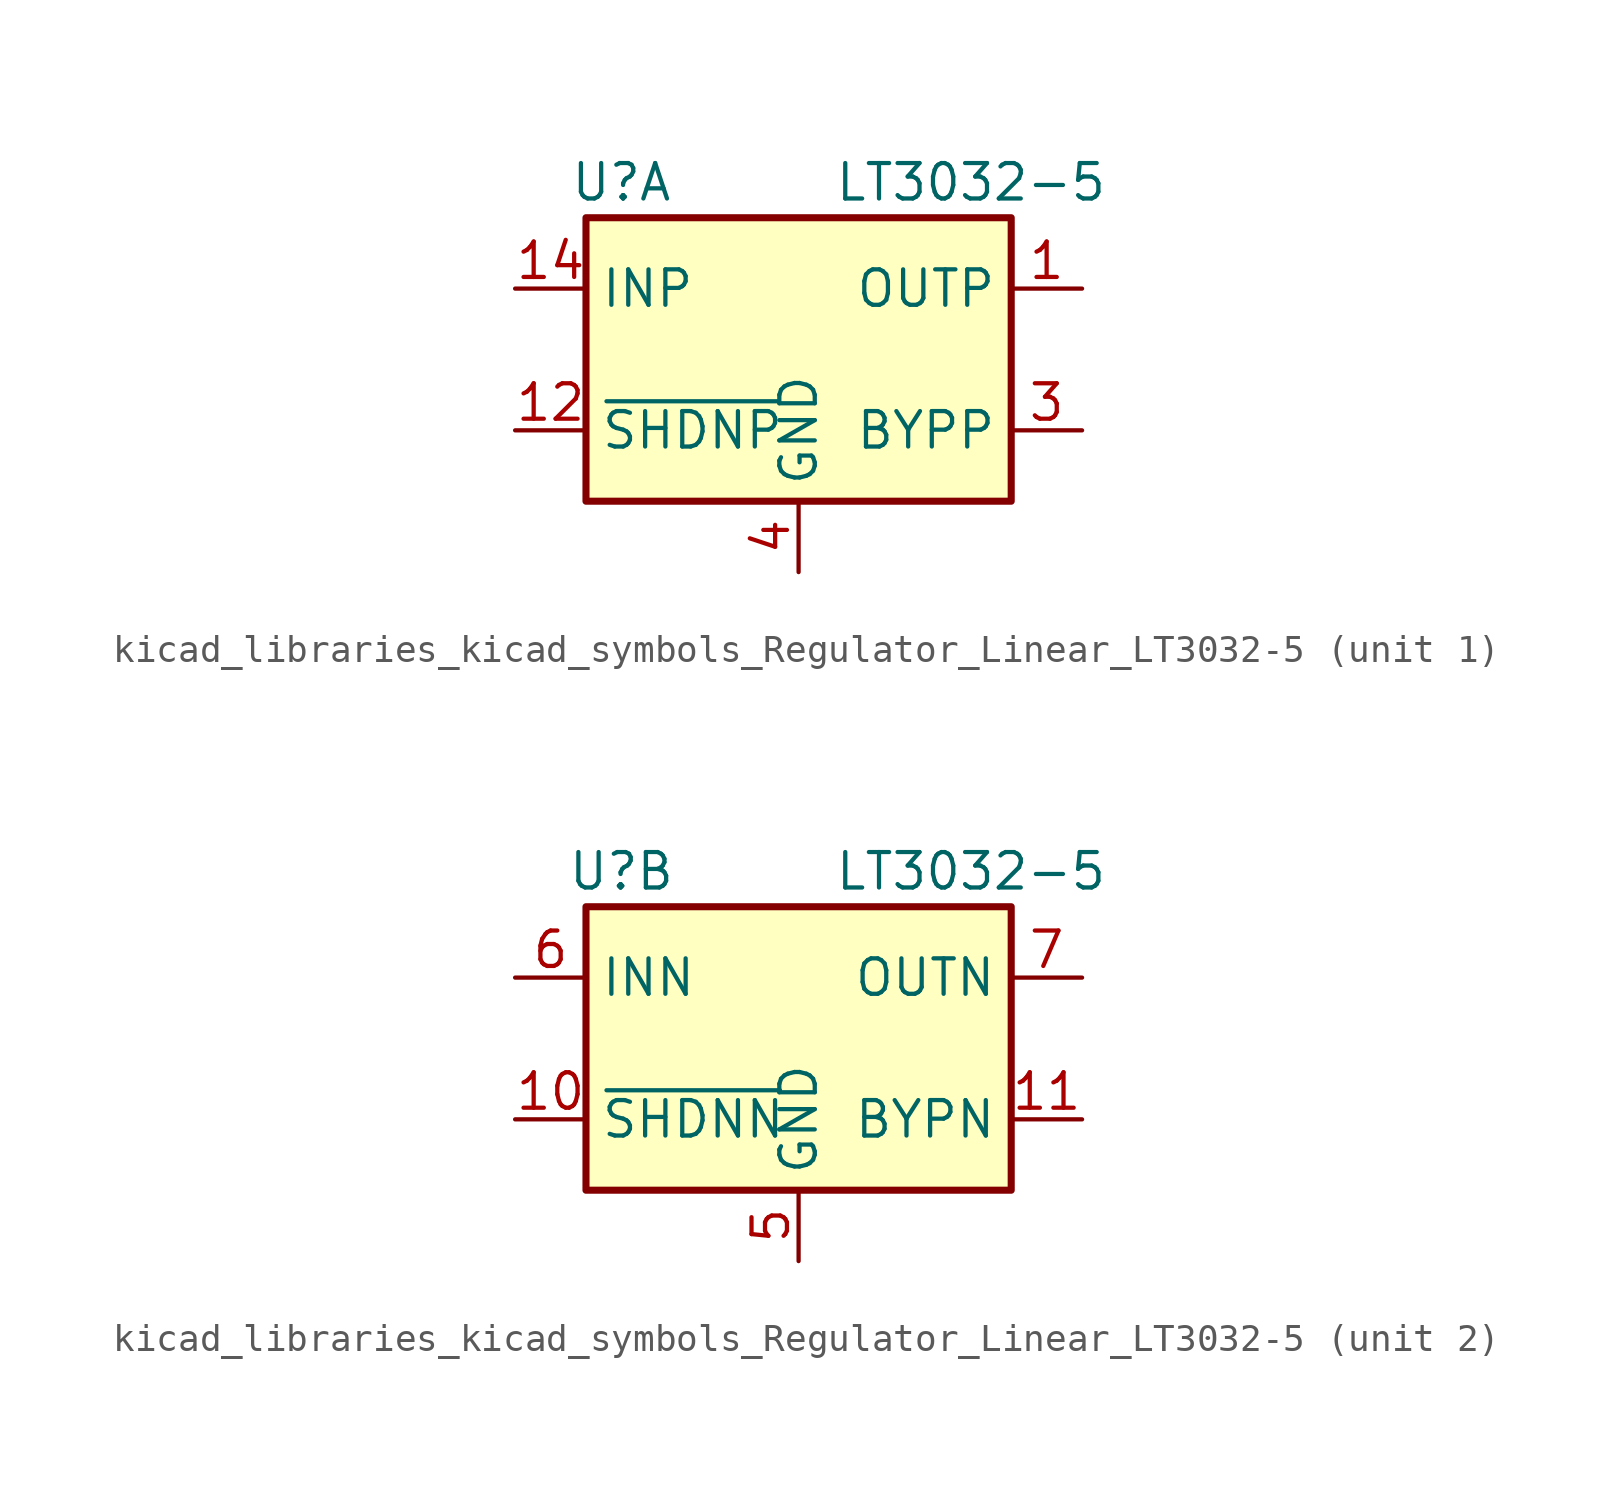
<source format=kicad_sym>
(kicad_symbol_lib
  (version 20220914)
  (generator kicad_symbol_editor)
  (symbol "kicad_libraries_kicad_symbols_Regulator_Linear_LT3032-5"
    (property "Reference" "U"
      (at -6.35 6.35 0)
      (effects (font (size 1.27 1.27))))
    (property "Value" "LT3032-5"
      (at 1.27 6.35 0)
      (effects (font (size 1.27 1.27)) (justify left)))
    (property "ki_locked" ""
      (at 0 0 0)
      (effects (font (size 1.27 1.27))))
    (symbol "kicad_libraries_kicad_symbols_Regulator_Linear_LT3032-5_0_1"
      (rectangle (start -7.62 5.08) (end 7.62 -5.08) (stroke (width 0.254) (type default)) (fill (type background))))
    (symbol "kicad_libraries_kicad_symbols_Regulator_Linear_LT3032-5_1_1"
      (pin power_out line (at 10.16 2.54 180) (length 2.54) (name "OUTP" (effects (font (size 1.27 1.27)))) (number "1" (effects (font (size 1.27 1.27)))))
      (pin input line (at -10.16 -2.54 0) (length 2.54) (name "~{SHDNP}" (effects (font (size 1.27 1.27)))) (number "12" (effects (font (size 1.27 1.27)))))
      (pin no_connect line (at 7.62 -5.08 180) (length 2.54) hide (name "NC" (effects (font (size 1.27 1.27)))) (number "13" (effects (font (size 1.27 1.27)))))
      (pin power_in line (at -10.16 2.54 0) (length 2.54) (name "INP" (effects (font (size 1.27 1.27)))) (number "14" (effects (font (size 1.27 1.27)))))
      (pin no_connect line (at 7.62 0 180) (length 2.54) hide (name "NC" (effects (font (size 1.27 1.27)))) (number "2" (effects (font (size 1.27 1.27)))))
      (pin passive line (at 10.16 -2.54 180) (length 2.54) (name "BYPP" (effects (font (size 1.27 1.27)))) (number "3" (effects (font (size 1.27 1.27)))))
      (pin power_in line (at 0 -7.62 90) (length 2.54) (name "GND" (effects (font (size 1.27 1.27)))) (number "4" (effects (font (size 1.27 1.27))))))
    (symbol "kicad_libraries_kicad_symbols_Regulator_Linear_LT3032-5_2_1"
      (pin input line (at -10.16 -2.54 0) (length 2.54) (name "~{SHDNN}" (effects (font (size 1.27 1.27)))) (number "10" (effects (font (size 1.27 1.27)))))
      (pin passive line (at 10.16 -2.54 180) (length 2.54) (name "BYPN" (effects (font (size 1.27 1.27)))) (number "11" (effects (font (size 1.27 1.27)))))
      (pin power_in line (at 0 -7.62 90) (length 2.54) (name "GND" (effects (font (size 1.27 1.27)))) (number "5" (effects (font (size 1.27 1.27)))))
      (pin power_in line (at -10.16 2.54 0) (length 2.54) (name "INN" (effects (font (size 1.27 1.27)))) (number "6" (effects (font (size 1.27 1.27)))))
      (pin power_out line (at 10.16 2.54 180) (length 2.54) (name "OUTN" (effects (font (size 1.27 1.27)))) (number "7" (effects (font (size 1.27 1.27)))))
      (pin no_connect line (at 7.62 0 180) (length 2.54) hide (name "NC" (effects (font (size 1.27 1.27)))) (number "8" (effects (font (size 1.27 1.27)))))
      (pin passive line (at -10.16 2.54 0) (length 2.54) hide (name "INN" (effects (font (size 1.27 1.27)))) (number "9" (effects (font (size 1.27 1.27))))))))
</source>
